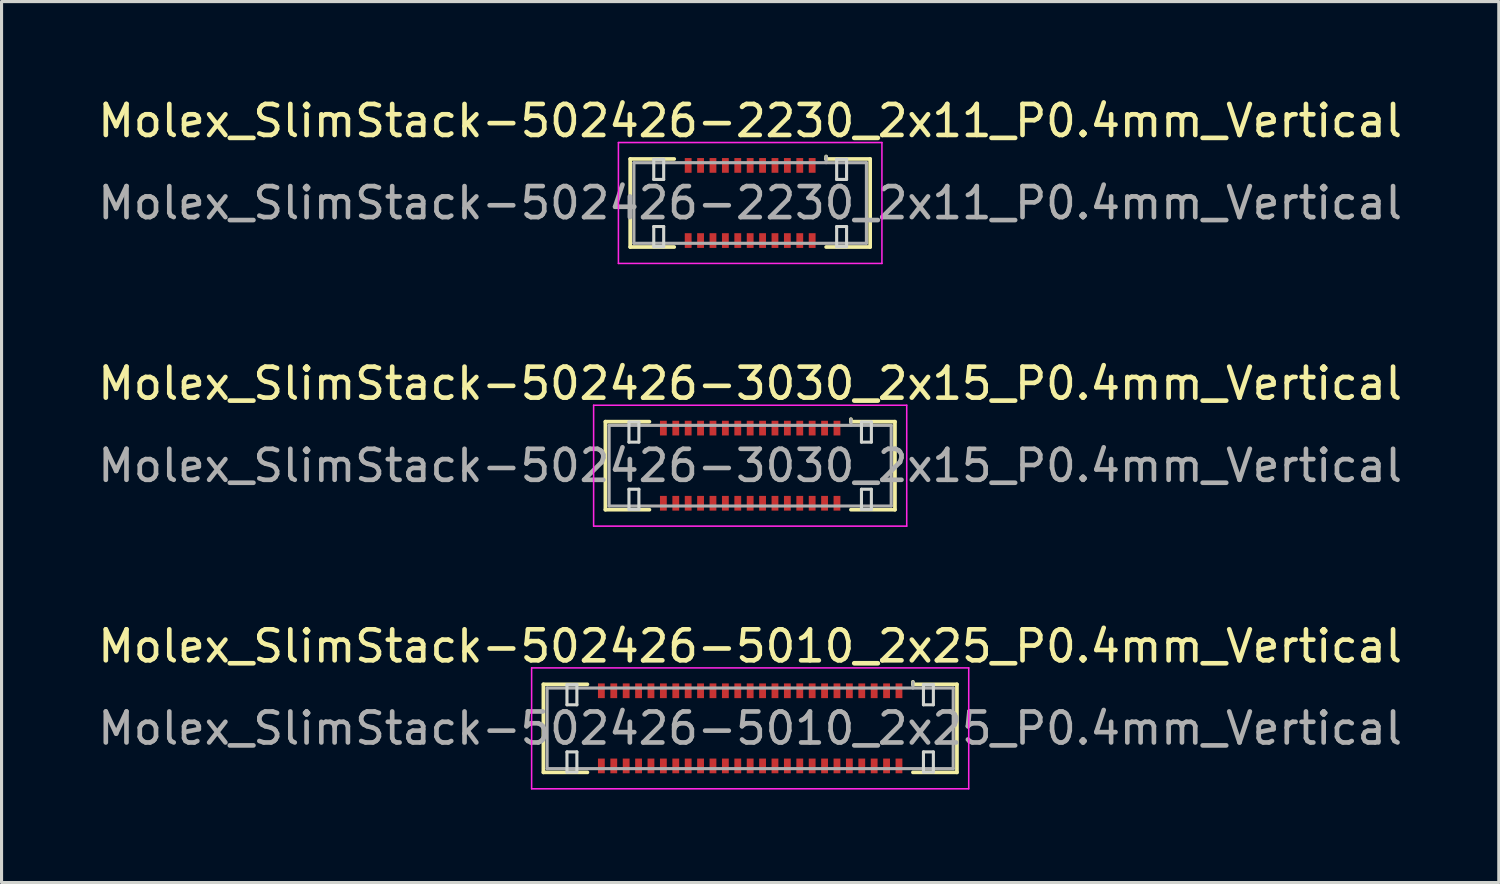
<source format=kicad_pcb>
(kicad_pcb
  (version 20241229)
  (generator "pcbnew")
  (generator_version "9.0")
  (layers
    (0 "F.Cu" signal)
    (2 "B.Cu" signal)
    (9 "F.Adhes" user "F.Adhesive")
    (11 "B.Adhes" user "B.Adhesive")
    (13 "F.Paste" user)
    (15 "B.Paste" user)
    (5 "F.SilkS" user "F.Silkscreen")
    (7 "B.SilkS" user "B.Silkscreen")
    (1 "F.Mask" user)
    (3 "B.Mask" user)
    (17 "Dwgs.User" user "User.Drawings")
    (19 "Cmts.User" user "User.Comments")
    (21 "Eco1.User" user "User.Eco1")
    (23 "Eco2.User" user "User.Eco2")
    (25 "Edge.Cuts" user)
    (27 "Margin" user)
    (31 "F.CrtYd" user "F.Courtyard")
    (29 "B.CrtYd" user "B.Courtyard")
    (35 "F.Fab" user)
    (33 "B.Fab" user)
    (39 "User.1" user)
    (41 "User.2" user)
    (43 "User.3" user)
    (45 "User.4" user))
  (footprint "Molex_SlimStack-502426-3030_2x15_P0.4mm_Vertical"
    (layer "F.Cu")
    (at 21.149 11.972)
    (property "Reference" "Molex_SlimStack-502426-3030_2x15_P0.4mm_Vertical" (at 0 -2.65 0) (layer "F.SilkS") (effects (font (size 1 1) (thickness 0.15))))
    (attr smd)
    (fp_line (start -4.67 -1.42) (end -3.25 -1.42) (stroke (width 0.12) (type solid)) (layer "F.SilkS"))
    (fp_line (start -4.67 1.42) (end -4.67 -1.42) (stroke (width 0.12) (type solid)) (layer "F.SilkS"))
    (fp_line (start -3.25 1.42) (end -4.67 1.42) (stroke (width 0.12) (type solid)) (layer "F.SilkS"))
    (fp_line (start 3.25 -1.42) (end 3.25 -1.5) (stroke (width 0.12) (type solid)) (layer "F.SilkS"))
    (fp_line (start 3.25 1.42) (end 4.67 1.42) (stroke (width 0.12) (type solid)) (layer "F.SilkS"))
    (fp_line (start 4.67 -1.42) (end 3.25 -1.42) (stroke (width 0.12) (type solid)) (layer "F.SilkS"))
    (fp_line (start 4.67 1.42) (end 4.67 -1.42) (stroke (width 0.12) (type solid)) (layer "F.SilkS"))
    (fp_line (start -3.91 -1.41) (end -3.91 -0.76) (stroke (width 0.1) (type solid)) (layer "Edge.Cuts"))
    (fp_line (start -3.91 -0.76) (end -3.59 -0.76) (stroke (width 0.1) (type solid)) (layer "Edge.Cuts"))
    (fp_line (start -3.91 0.76) (end -3.91 1.41) (stroke (width 0.1) (type solid)) (layer "Edge.Cuts"))
    (fp_line (start -3.91 1.41) (end -3.59 1.41) (stroke (width 0.1) (type solid)) (layer "Edge.Cuts"))
    (fp_line (start -3.59 -1.41) (end -3.91 -1.41) (stroke (width 0.1) (type solid)) (layer "Edge.Cuts"))
    (fp_line (start -3.59 -0.76) (end -3.59 -1.41) (stroke (width 0.1) (type solid)) (layer "Edge.Cuts"))
    (fp_line (start -3.59 0.76) (end -3.91 0.76) (stroke (width 0.1) (type solid)) (layer "Edge.Cuts"))
    (fp_line (start -3.59 1.41) (end -3.59 0.76) (stroke (width 0.1) (type solid)) (layer "Edge.Cuts"))
    (fp_line (start 3.59 -1.41) (end 3.59 -0.76) (stroke (width 0.1) (type solid)) (layer "Edge.Cuts"))
    (fp_line (start 3.59 -0.76) (end 3.91 -0.76) (stroke (width 0.1) (type solid)) (layer "Edge.Cuts"))
    (fp_line (start 3.59 0.76) (end 3.59 1.41) (stroke (width 0.1) (type solid)) (layer "Edge.Cuts"))
    (fp_line (start 3.59 1.41) (end 3.91 1.41) (stroke (width 0.1) (type solid)) (layer "Edge.Cuts"))
    (fp_line (start 3.91 -1.41) (end 3.59 -1.41) (stroke (width 0.1) (type solid)) (layer "Edge.Cuts"))
    (fp_line (start 3.91 -0.76) (end 3.91 -1.41) (stroke (width 0.1) (type solid)) (layer "Edge.Cuts"))
    (fp_line (start 3.91 0.76) (end 3.59 0.76) (stroke (width 0.1) (type solid)) (layer "Edge.Cuts"))
    (fp_line (start 3.91 1.41) (end 3.91 0.76) (stroke (width 0.1) (type solid)) (layer "Edge.Cuts"))
    (fp_line (start -5.05 -1.95) (end -5.05 1.95) (stroke (width 0.05) (type solid)) (layer "F.CrtYd"))
    (fp_line (start -5.05 1.95) (end 5.05 1.95) (stroke (width 0.05) (type solid)) (layer "F.CrtYd"))
    (fp_line (start 5.05 -1.95) (end -5.05 -1.95) (stroke (width 0.05) (type solid)) (layer "F.CrtYd"))
    (fp_line (start 5.05 1.95) (end 5.05 -1.95) (stroke (width 0.05) (type solid)) (layer "F.CrtYd"))
    (fp_line (start -4.55 -1.3) (end -4.55 1.3) (stroke (width 0.1) (type solid)) (layer "F.Fab"))
    (fp_line (start -4.55 1.3) (end 4.55 1.3) (stroke (width 0.1) (type solid)) (layer "F.Fab"))
    (fp_line (start 3.25 -1.3) (end 3.25 -1.5) (stroke (width 0.1) (type solid)) (layer "F.Fab"))
    (fp_line (start 4.55 -1.3) (end -4.55 -1.3) (stroke (width 0.1) (type solid)) (layer "F.Fab"))
    (fp_line (start 4.55 1.3) (end 4.55 -1.3) (stroke (width 0.1) (type solid)) (layer "F.Fab"))
    (fp_text user "${REFERENCE}" (at 0 0 0) (layer "F.Fab") (effects (font (size 1 1) (thickness 0.15))))
    (pad "1" smd rect (at 2.8 -1.212) (size 0.22 0.475) (layers "F.Cu" "F.Mask" "F.Paste"))
    (pad "2" smd rect (at 2.8 1.212) (size 0.22 0.475) (layers "F.Cu" "F.Mask" "F.Paste"))
    (pad "3" smd rect (at 2.4 -1.212) (size 0.22 0.475) (layers "F.Cu" "F.Mask" "F.Paste"))
    (pad "4" smd rect (at 2.4 1.212) (size 0.22 0.475) (layers "F.Cu" "F.Mask" "F.Paste"))
    (pad "5" smd rect (at 2 -1.212) (size 0.22 0.475) (layers "F.Cu" "F.Mask" "F.Paste"))
    (pad "6" smd rect (at 2 1.212) (size 0.22 0.475) (layers "F.Cu" "F.Mask" "F.Paste"))
    (pad "7" smd rect (at 1.6 -1.212) (size 0.22 0.475) (layers "F.Cu" "F.Mask" "F.Paste"))
    (pad "8" smd rect (at 1.6 1.212) (size 0.22 0.475) (layers "F.Cu" "F.Mask" "F.Paste"))
    (pad "9" smd rect (at 1.2 -1.212) (size 0.22 0.475) (layers "F.Cu" "F.Mask" "F.Paste"))
    (pad "10" smd rect (at 1.2 1.212) (size 0.22 0.475) (layers "F.Cu" "F.Mask" "F.Paste"))
    (pad "11" smd rect (at 0.8 -1.212) (size 0.22 0.475) (layers "F.Cu" "F.Mask" "F.Paste"))
    (pad "12" smd rect (at 0.8 1.212) (size 0.22 0.475) (layers "F.Cu" "F.Mask" "F.Paste"))
    (pad "13" smd rect (at 0.4 -1.212) (size 0.22 0.475) (layers "F.Cu" "F.Mask" "F.Paste"))
    (pad "14" smd rect (at 0.4 1.212) (size 0.22 0.475) (layers "F.Cu" "F.Mask" "F.Paste"))
    (pad "15" smd rect (at 0 -1.212) (size 0.22 0.475) (layers "F.Cu" "F.Mask" "F.Paste"))
    (pad "16" smd rect (at 0 1.212) (size 0.22 0.475) (layers "F.Cu" "F.Mask" "F.Paste"))
    (pad "17" smd rect (at -0.4 -1.212) (size 0.22 0.475) (layers "F.Cu" "F.Mask" "F.Paste"))
    (pad "18" smd rect (at -0.4 1.212) (size 0.22 0.475) (layers "F.Cu" "F.Mask" "F.Paste"))
    (pad "19" smd rect (at -0.8 -1.212) (size 0.22 0.475) (layers "F.Cu" "F.Mask" "F.Paste"))
    (pad "20" smd rect (at -0.8 1.212) (size 0.22 0.475) (layers "F.Cu" "F.Mask" "F.Paste"))
    (pad "21" smd rect (at -1.2 -1.212) (size 0.22 0.475) (layers "F.Cu" "F.Mask" "F.Paste"))
    (pad "22" smd rect (at -1.2 1.212) (size 0.22 0.475) (layers "F.Cu" "F.Mask" "F.Paste"))
    (pad "23" smd rect (at -1.6 -1.212) (size 0.22 0.475) (layers "F.Cu" "F.Mask" "F.Paste"))
    (pad "24" smd rect (at -1.6 1.212) (size 0.22 0.475) (layers "F.Cu" "F.Mask" "F.Paste"))
    (pad "25" smd rect (at -2 -1.212) (size 0.22 0.475) (layers "F.Cu" "F.Mask" "F.Paste"))
    (pad "26" smd rect (at -2 1.212) (size 0.22 0.475) (layers "F.Cu" "F.Mask" "F.Paste"))
    (pad "27" smd rect (at -2.4 -1.212) (size 0.22 0.475) (layers "F.Cu" "F.Mask" "F.Paste"))
    (pad "28" smd rect (at -2.4 1.212) (size 0.22 0.475) (layers "F.Cu" "F.Mask" "F.Paste"))
    (pad "29" smd rect (at -2.8 -1.212) (size 0.22 0.475) (layers "F.Cu" "F.Mask" "F.Paste"))
    (pad "30" smd rect (at -2.8 1.212) (size 0.22 0.475) (layers "F.Cu" "F.Mask" "F.Paste")))
  (footprint "Molex_SlimStack-502426-5010_2x25_P0.4mm_Vertical"
    (layer "F.Cu")
    (at 21.149 20.445)
    (property "Reference" "Molex_SlimStack-502426-5010_2x25_P0.4mm_Vertical" (at 0 -2.65 0) (layer "F.SilkS") (effects (font (size 1 1) (thickness 0.15))))
    (attr smd)
    (fp_line (start -6.67 -1.42) (end -5.25 -1.42) (stroke (width 0.12) (type solid)) (layer "F.SilkS"))
    (fp_line (start -6.67 1.42) (end -6.67 -1.42) (stroke (width 0.12) (type solid)) (layer "F.SilkS"))
    (fp_line (start -5.25 1.42) (end -6.67 1.42) (stroke (width 0.12) (type solid)) (layer "F.SilkS"))
    (fp_line (start 5.25 -1.42) (end 5.25 -1.5) (stroke (width 0.12) (type solid)) (layer "F.SilkS"))
    (fp_line (start 5.25 1.42) (end 6.67 1.42) (stroke (width 0.12) (type solid)) (layer "F.SilkS"))
    (fp_line (start 6.67 -1.42) (end 5.25 -1.42) (stroke (width 0.12) (type solid)) (layer "F.SilkS"))
    (fp_line (start 6.67 1.42) (end 6.67 -1.42) (stroke (width 0.12) (type solid)) (layer "F.SilkS"))
    (fp_line (start -5.91 -1.41) (end -5.91 -0.76) (stroke (width 0.1) (type solid)) (layer "Edge.Cuts"))
    (fp_line (start -5.91 -0.76) (end -5.59 -0.76) (stroke (width 0.1) (type solid)) (layer "Edge.Cuts"))
    (fp_line (start -5.91 0.76) (end -5.91 1.41) (stroke (width 0.1) (type solid)) (layer "Edge.Cuts"))
    (fp_line (start -5.91 1.41) (end -5.59 1.41) (stroke (width 0.1) (type solid)) (layer "Edge.Cuts"))
    (fp_line (start -5.59 -1.41) (end -5.91 -1.41) (stroke (width 0.1) (type solid)) (layer "Edge.Cuts"))
    (fp_line (start -5.59 -0.76) (end -5.59 -1.41) (stroke (width 0.1) (type solid)) (layer "Edge.Cuts"))
    (fp_line (start -5.59 0.76) (end -5.91 0.76) (stroke (width 0.1) (type solid)) (layer "Edge.Cuts"))
    (fp_line (start -5.59 1.41) (end -5.59 0.76) (stroke (width 0.1) (type solid)) (layer "Edge.Cuts"))
    (fp_line (start 5.59 -1.41) (end 5.59 -0.76) (stroke (width 0.1) (type solid)) (layer "Edge.Cuts"))
    (fp_line (start 5.59 -0.76) (end 5.91 -0.76) (stroke (width 0.1) (type solid)) (layer "Edge.Cuts"))
    (fp_line (start 5.59 0.76) (end 5.59 1.41) (stroke (width 0.1) (type solid)) (layer "Edge.Cuts"))
    (fp_line (start 5.59 1.41) (end 5.91 1.41) (stroke (width 0.1) (type solid)) (layer "Edge.Cuts"))
    (fp_line (start 5.91 -1.41) (end 5.59 -1.41) (stroke (width 0.1) (type solid)) (layer "Edge.Cuts"))
    (fp_line (start 5.91 -0.76) (end 5.91 -1.41) (stroke (width 0.1) (type solid)) (layer "Edge.Cuts"))
    (fp_line (start 5.91 0.76) (end 5.59 0.76) (stroke (width 0.1) (type solid)) (layer "Edge.Cuts"))
    (fp_line (start 5.91 1.41) (end 5.91 0.76) (stroke (width 0.1) (type solid)) (layer "Edge.Cuts"))
    (fp_line (start -7.05 -1.95) (end -7.05 1.95) (stroke (width 0.05) (type solid)) (layer "F.CrtYd"))
    (fp_line (start -7.05 1.95) (end 7.05 1.95) (stroke (width 0.05) (type solid)) (layer "F.CrtYd"))
    (fp_line (start 7.05 -1.95) (end -7.05 -1.95) (stroke (width 0.05) (type solid)) (layer "F.CrtYd"))
    (fp_line (start 7.05 1.95) (end 7.05 -1.95) (stroke (width 0.05) (type solid)) (layer "F.CrtYd"))
    (fp_line (start -6.55 -1.3) (end -6.55 1.3) (stroke (width 0.1) (type solid)) (layer "F.Fab"))
    (fp_line (start -6.55 1.3) (end 6.55 1.3) (stroke (width 0.1) (type solid)) (layer "F.Fab"))
    (fp_line (start 5.25 -1.3) (end 5.25 -1.5) (stroke (width 0.1) (type solid)) (layer "F.Fab"))
    (fp_line (start 6.55 -1.3) (end -6.55 -1.3) (stroke (width 0.1) (type solid)) (layer "F.Fab"))
    (fp_line (start 6.55 1.3) (end 6.55 -1.3) (stroke (width 0.1) (type solid)) (layer "F.Fab"))
    (fp_text user "${REFERENCE}" (at 0 0 0) (layer "F.Fab") (effects (font (size 1 1) (thickness 0.15))))
    (pad "1" smd rect (at 4.8 -1.212) (size 0.22 0.475) (layers "F.Cu" "F.Mask" "F.Paste"))
    (pad "2" smd rect (at 4.8 1.212) (size 0.22 0.475) (layers "F.Cu" "F.Mask" "F.Paste"))
    (pad "3" smd rect (at 4.4 -1.212) (size 0.22 0.475) (layers "F.Cu" "F.Mask" "F.Paste"))
    (pad "4" smd rect (at 4.4 1.212) (size 0.22 0.475) (layers "F.Cu" "F.Mask" "F.Paste"))
    (pad "5" smd rect (at 4 -1.212) (size 0.22 0.475) (layers "F.Cu" "F.Mask" "F.Paste"))
    (pad "6" smd rect (at 4 1.212) (size 0.22 0.475) (layers "F.Cu" "F.Mask" "F.Paste"))
    (pad "7" smd rect (at 3.6 -1.212) (size 0.22 0.475) (layers "F.Cu" "F.Mask" "F.Paste"))
    (pad "8" smd rect (at 3.6 1.212) (size 0.22 0.475) (layers "F.Cu" "F.Mask" "F.Paste"))
    (pad "9" smd rect (at 3.2 -1.212) (size 0.22 0.475) (layers "F.Cu" "F.Mask" "F.Paste"))
    (pad "10" smd rect (at 3.2 1.212) (size 0.22 0.475) (layers "F.Cu" "F.Mask" "F.Paste"))
    (pad "11" smd rect (at 2.8 -1.212) (size 0.22 0.475) (layers "F.Cu" "F.Mask" "F.Paste"))
    (pad "12" smd rect (at 2.8 1.212) (size 0.22 0.475) (layers "F.Cu" "F.Mask" "F.Paste"))
    (pad "13" smd rect (at 2.4 -1.212) (size 0.22 0.475) (layers "F.Cu" "F.Mask" "F.Paste"))
    (pad "14" smd rect (at 2.4 1.212) (size 0.22 0.475) (layers "F.Cu" "F.Mask" "F.Paste"))
    (pad "15" smd rect (at 2 -1.212) (size 0.22 0.475) (layers "F.Cu" "F.Mask" "F.Paste"))
    (pad "16" smd rect (at 2 1.212) (size 0.22 0.475) (layers "F.Cu" "F.Mask" "F.Paste"))
    (pad "17" smd rect (at 1.6 -1.212) (size 0.22 0.475) (layers "F.Cu" "F.Mask" "F.Paste"))
    (pad "18" smd rect (at 1.6 1.212) (size 0.22 0.475) (layers "F.Cu" "F.Mask" "F.Paste"))
    (pad "19" smd rect (at 1.2 -1.212) (size 0.22 0.475) (layers "F.Cu" "F.Mask" "F.Paste"))
    (pad "20" smd rect (at 1.2 1.212) (size 0.22 0.475) (layers "F.Cu" "F.Mask" "F.Paste"))
    (pad "21" smd rect (at 0.8 -1.212) (size 0.22 0.475) (layers "F.Cu" "F.Mask" "F.Paste"))
    (pad "22" smd rect (at 0.8 1.212) (size 0.22 0.475) (layers "F.Cu" "F.Mask" "F.Paste"))
    (pad "23" smd rect (at 0.4 -1.212) (size 0.22 0.475) (layers "F.Cu" "F.Mask" "F.Paste"))
    (pad "24" smd rect (at 0.4 1.212) (size 0.22 0.475) (layers "F.Cu" "F.Mask" "F.Paste"))
    (pad "25" smd rect (at 0 -1.212) (size 0.22 0.475) (layers "F.Cu" "F.Mask" "F.Paste"))
    (pad "26" smd rect (at 0 1.212) (size 0.22 0.475) (layers "F.Cu" "F.Mask" "F.Paste"))
    (pad "27" smd rect (at -0.4 -1.212) (size 0.22 0.475) (layers "F.Cu" "F.Mask" "F.Paste"))
    (pad "28" smd rect (at -0.4 1.212) (size 0.22 0.475) (layers "F.Cu" "F.Mask" "F.Paste"))
    (pad "29" smd rect (at -0.8 -1.212) (size 0.22 0.475) (layers "F.Cu" "F.Mask" "F.Paste"))
    (pad "30" smd rect (at -0.8 1.212) (size 0.22 0.475) (layers "F.Cu" "F.Mask" "F.Paste"))
    (pad "31" smd rect (at -1.2 -1.212) (size 0.22 0.475) (layers "F.Cu" "F.Mask" "F.Paste"))
    (pad "32" smd rect (at -1.2 1.212) (size 0.22 0.475) (layers "F.Cu" "F.Mask" "F.Paste"))
    (pad "33" smd rect (at -1.6 -1.212) (size 0.22 0.475) (layers "F.Cu" "F.Mask" "F.Paste"))
    (pad "34" smd rect (at -1.6 1.212) (size 0.22 0.475) (layers "F.Cu" "F.Mask" "F.Paste"))
    (pad "35" smd rect (at -2 -1.212) (size 0.22 0.475) (layers "F.Cu" "F.Mask" "F.Paste"))
    (pad "36" smd rect (at -2 1.212) (size 0.22 0.475) (layers "F.Cu" "F.Mask" "F.Paste"))
    (pad "37" smd rect (at -2.4 -1.212) (size 0.22 0.475) (layers "F.Cu" "F.Mask" "F.Paste"))
    (pad "38" smd rect (at -2.4 1.212) (size 0.22 0.475) (layers "F.Cu" "F.Mask" "F.Paste"))
    (pad "39" smd rect (at -2.8 -1.212) (size 0.22 0.475) (layers "F.Cu" "F.Mask" "F.Paste"))
    (pad "40" smd rect (at -2.8 1.212) (size 0.22 0.475) (layers "F.Cu" "F.Mask" "F.Paste"))
    (pad "41" smd rect (at -3.2 -1.212) (size 0.22 0.475) (layers "F.Cu" "F.Mask" "F.Paste"))
    (pad "42" smd rect (at -3.2 1.212) (size 0.22 0.475) (layers "F.Cu" "F.Mask" "F.Paste"))
    (pad "43" smd rect (at -3.6 -1.212) (size 0.22 0.475) (layers "F.Cu" "F.Mask" "F.Paste"))
    (pad "44" smd rect (at -3.6 1.212) (size 0.22 0.475) (layers "F.Cu" "F.Mask" "F.Paste"))
    (pad "45" smd rect (at -4 -1.212) (size 0.22 0.475) (layers "F.Cu" "F.Mask" "F.Paste"))
    (pad "46" smd rect (at -4 1.212) (size 0.22 0.475) (layers "F.Cu" "F.Mask" "F.Paste"))
    (pad "47" smd rect (at -4.4 -1.212) (size 0.22 0.475) (layers "F.Cu" "F.Mask" "F.Paste"))
    (pad "48" smd rect (at -4.4 1.212) (size 0.22 0.475) (layers "F.Cu" "F.Mask" "F.Paste"))
    (pad "49" smd rect (at -4.8 -1.212) (size 0.22 0.475) (layers "F.Cu" "F.Mask" "F.Paste"))
    (pad "50" smd rect (at -4.8 1.212) (size 0.22 0.475) (layers "F.Cu" "F.Mask" "F.Paste")))
  (footprint "Molex_SlimStack-502426-2230_2x11_P0.4mm_Vertical"
    (layer "F.Cu")
    (at 21.149 3.498)
    (property "Reference" "Molex_SlimStack-502426-2230_2x11_P0.4mm_Vertical" (at 0 -2.65 0) (layer "F.SilkS") (effects (font (size 1 1) (thickness 0.15))))
    (attr smd)
    (fp_line (start -3.87 -1.42) (end -2.45 -1.42) (stroke (width 0.12) (type solid)) (layer "F.SilkS"))
    (fp_line (start -3.87 1.42) (end -3.87 -1.42) (stroke (width 0.12) (type solid)) (layer "F.SilkS"))
    (fp_line (start -2.45 1.42) (end -3.87 1.42) (stroke (width 0.12) (type solid)) (layer "F.SilkS"))
    (fp_line (start 2.45 -1.42) (end 2.45 -1.5) (stroke (width 0.12) (type solid)) (layer "F.SilkS"))
    (fp_line (start 2.45 1.42) (end 3.87 1.42) (stroke (width 0.12) (type solid)) (layer "F.SilkS"))
    (fp_line (start 3.87 -1.42) (end 2.45 -1.42) (stroke (width 0.12) (type solid)) (layer "F.SilkS"))
    (fp_line (start 3.87 1.42) (end 3.87 -1.42) (stroke (width 0.12) (type solid)) (layer "F.SilkS"))
    (fp_line (start -3.11 -1.41) (end -3.11 -0.76) (stroke (width 0.1) (type solid)) (layer "Edge.Cuts"))
    (fp_line (start -3.11 -0.76) (end -2.79 -0.76) (stroke (width 0.1) (type solid)) (layer "Edge.Cuts"))
    (fp_line (start -3.11 0.76) (end -3.11 1.41) (stroke (width 0.1) (type solid)) (layer "Edge.Cuts"))
    (fp_line (start -3.11 1.41) (end -2.79 1.41) (stroke (width 0.1) (type solid)) (layer "Edge.Cuts"))
    (fp_line (start -2.79 -1.41) (end -3.11 -1.41) (stroke (width 0.1) (type solid)) (layer "Edge.Cuts"))
    (fp_line (start -2.79 -0.76) (end -2.79 -1.41) (stroke (width 0.1) (type solid)) (layer "Edge.Cuts"))
    (fp_line (start -2.79 0.76) (end -3.11 0.76) (stroke (width 0.1) (type solid)) (layer "Edge.Cuts"))
    (fp_line (start -2.79 1.41) (end -2.79 0.76) (stroke (width 0.1) (type solid)) (layer "Edge.Cuts"))
    (fp_line (start 2.79 -1.41) (end 2.79 -0.76) (stroke (width 0.1) (type solid)) (layer "Edge.Cuts"))
    (fp_line (start 2.79 -0.76) (end 3.11 -0.76) (stroke (width 0.1) (type solid)) (layer "Edge.Cuts"))
    (fp_line (start 2.79 0.76) (end 2.79 1.41) (stroke (width 0.1) (type solid)) (layer "Edge.Cuts"))
    (fp_line (start 2.79 1.41) (end 3.11 1.41) (stroke (width 0.1) (type solid)) (layer "Edge.Cuts"))
    (fp_line (start 3.11 -1.41) (end 2.79 -1.41) (stroke (width 0.1) (type solid)) (layer "Edge.Cuts"))
    (fp_line (start 3.11 -0.76) (end 3.11 -1.41) (stroke (width 0.1) (type solid)) (layer "Edge.Cuts"))
    (fp_line (start 3.11 0.76) (end 2.79 0.76) (stroke (width 0.1) (type solid)) (layer "Edge.Cuts"))
    (fp_line (start 3.11 1.41) (end 3.11 0.76) (stroke (width 0.1) (type solid)) (layer "Edge.Cuts"))
    (fp_line (start -4.25 -1.95) (end -4.25 1.95) (stroke (width 0.05) (type solid)) (layer "F.CrtYd"))
    (fp_line (start -4.25 1.95) (end 4.25 1.95) (stroke (width 0.05) (type solid)) (layer "F.CrtYd"))
    (fp_line (start 4.25 -1.95) (end -4.25 -1.95) (stroke (width 0.05) (type solid)) (layer "F.CrtYd"))
    (fp_line (start 4.25 1.95) (end 4.25 -1.95) (stroke (width 0.05) (type solid)) (layer "F.CrtYd"))
    (fp_line (start -3.75 -1.3) (end -3.75 1.3) (stroke (width 0.1) (type solid)) (layer "F.Fab"))
    (fp_line (start -3.75 1.3) (end 3.75 1.3) (stroke (width 0.1) (type solid)) (layer "F.Fab"))
    (fp_line (start 2.45 -1.3) (end 2.45 -1.5) (stroke (width 0.1) (type solid)) (layer "F.Fab"))
    (fp_line (start 3.75 -1.3) (end -3.75 -1.3) (stroke (width 0.1) (type solid)) (layer "F.Fab"))
    (fp_line (start 3.75 1.3) (end 3.75 -1.3) (stroke (width 0.1) (type solid)) (layer "F.Fab"))
    (fp_text user "${REFERENCE}" (at 0 0 0) (layer "F.Fab") (effects (font (size 1 1) (thickness 0.15))))
    (pad "1" smd rect (at 2 -1.212) (size 0.22 0.475) (layers "F.Cu" "F.Mask" "F.Paste"))
    (pad "2" smd rect (at 2 1.212) (size 0.22 0.475) (layers "F.Cu" "F.Mask" "F.Paste"))
    (pad "3" smd rect (at 1.6 -1.212) (size 0.22 0.475) (layers "F.Cu" "F.Mask" "F.Paste"))
    (pad "4" smd rect (at 1.6 1.212) (size 0.22 0.475) (layers "F.Cu" "F.Mask" "F.Paste"))
    (pad "5" smd rect (at 1.2 -1.212) (size 0.22 0.475) (layers "F.Cu" "F.Mask" "F.Paste"))
    (pad "6" smd rect (at 1.2 1.212) (size 0.22 0.475) (layers "F.Cu" "F.Mask" "F.Paste"))
    (pad "7" smd rect (at 0.8 -1.212) (size 0.22 0.475) (layers "F.Cu" "F.Mask" "F.Paste"))
    (pad "8" smd rect (at 0.8 1.212) (size 0.22 0.475) (layers "F.Cu" "F.Mask" "F.Paste"))
    (pad "9" smd rect (at 0.4 -1.212) (size 0.22 0.475) (layers "F.Cu" "F.Mask" "F.Paste"))
    (pad "10" smd rect (at 0.4 1.212) (size 0.22 0.475) (layers "F.Cu" "F.Mask" "F.Paste"))
    (pad "11" smd rect (at 0 -1.212) (size 0.22 0.475) (layers "F.Cu" "F.Mask" "F.Paste"))
    (pad "12" smd rect (at 0 1.212) (size 0.22 0.475) (layers "F.Cu" "F.Mask" "F.Paste"))
    (pad "13" smd rect (at -0.4 -1.212) (size 0.22 0.475) (layers "F.Cu" "F.Mask" "F.Paste"))
    (pad "14" smd rect (at -0.4 1.212) (size 0.22 0.475) (layers "F.Cu" "F.Mask" "F.Paste"))
    (pad "15" smd rect (at -0.8 -1.212) (size 0.22 0.475) (layers "F.Cu" "F.Mask" "F.Paste"))
    (pad "16" smd rect (at -0.8 1.212) (size 0.22 0.475) (layers "F.Cu" "F.Mask" "F.Paste"))
    (pad "17" smd rect (at -1.2 -1.212) (size 0.22 0.475) (layers "F.Cu" "F.Mask" "F.Paste"))
    (pad "18" smd rect (at -1.2 1.212) (size 0.22 0.475) (layers "F.Cu" "F.Mask" "F.Paste"))
    (pad "19" smd rect (at -1.6 -1.212) (size 0.22 0.475) (layers "F.Cu" "F.Mask" "F.Paste"))
    (pad "20" smd rect (at -1.6 1.212) (size 0.22 0.475) (layers "F.Cu" "F.Mask" "F.Paste"))
    (pad "21" smd rect (at -2 -1.212) (size 0.22 0.475) (layers "F.Cu" "F.Mask" "F.Paste"))
    (pad "22" smd rect (at -2 1.212) (size 0.22 0.475) (layers "F.Cu" "F.Mask" "F.Paste")))
  (gr_rect
    (start -3 -3)
    (end 45.298 25.42)
    (stroke (width 0.1) (type default))
    (fill no)
    (layer "Edge.Cuts")))
</source>
